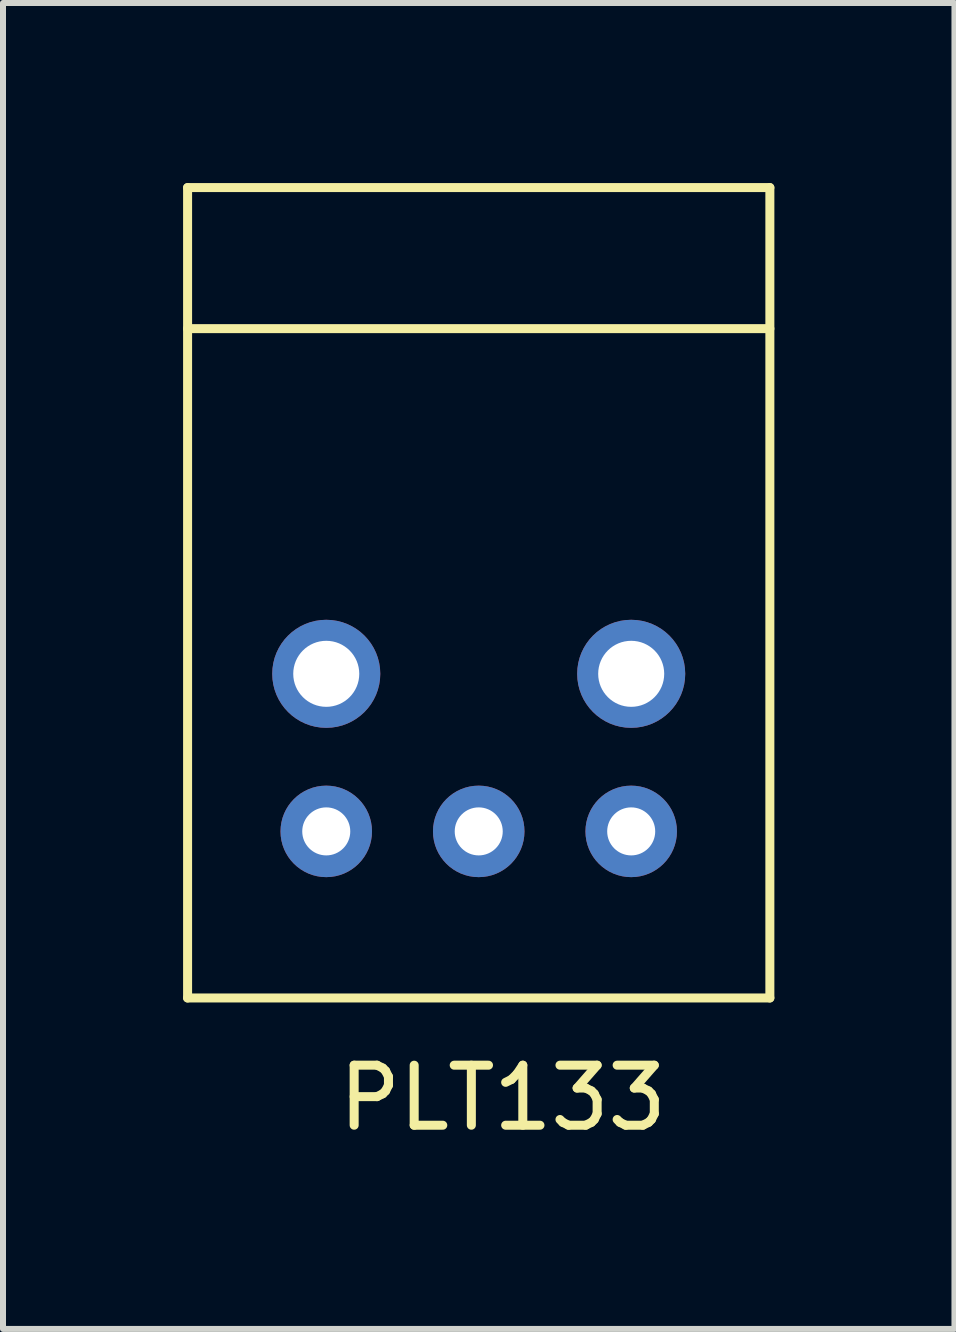
<source format=kicad_pcb>
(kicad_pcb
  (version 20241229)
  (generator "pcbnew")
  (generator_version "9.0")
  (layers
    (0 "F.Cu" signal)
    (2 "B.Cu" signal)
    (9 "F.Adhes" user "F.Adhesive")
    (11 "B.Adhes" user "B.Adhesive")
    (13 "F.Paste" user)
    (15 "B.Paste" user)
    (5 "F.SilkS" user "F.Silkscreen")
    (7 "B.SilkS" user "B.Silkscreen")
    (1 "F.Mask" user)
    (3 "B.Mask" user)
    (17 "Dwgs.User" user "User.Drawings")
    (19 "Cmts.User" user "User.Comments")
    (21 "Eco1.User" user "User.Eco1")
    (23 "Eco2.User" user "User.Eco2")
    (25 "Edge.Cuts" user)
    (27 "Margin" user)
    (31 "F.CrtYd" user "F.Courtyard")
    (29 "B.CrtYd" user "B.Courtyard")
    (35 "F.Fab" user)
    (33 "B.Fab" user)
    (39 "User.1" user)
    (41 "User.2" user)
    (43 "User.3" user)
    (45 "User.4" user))
  (footprint "PLT133"
    (layer "F.Cu")
    (at 4.925 10.8)
    (property "Reference" "PLT133" (at 0.401 4.44 0) (layer "F.SilkS") (effects (font (size 1 1) (thickness 0.15))))
    (attr through_hole)
    (fp_line (start -4.85 -10.725) (end 4.85 -10.725) (stroke (width 0.15) (type solid)) (layer "F.SilkS"))
    (fp_line (start -4.85 -8.375) (end 4.85 -8.375) (stroke (width 0.15) (type solid)) (layer "F.SilkS"))
    (fp_line (start -4.85 2.775) (end -4.85 -10.725) (stroke (width 0.15) (type solid)) (layer "F.SilkS"))
    (fp_line (start 4.85 -10.725) (end 4.85 2.775) (stroke (width 0.15) (type solid)) (layer "F.SilkS"))
    (fp_line (start 4.85 2.775) (end -4.85 2.775) (stroke (width 0.15) (type solid)) (layer "F.SilkS"))
    (pad "1" thru_hole circle (at 2.54 0) (size 1.524 1.524) (drill 0.8) (layers "*.Cu" "*.Mask"))
    (pad "2" thru_hole circle (at 0 0) (size 1.524 1.524) (drill 0.8) (layers "*.Cu" "*.Mask"))
    (pad "3" thru_hole circle (at -2.54 0) (size 1.524 1.524) (drill 0.8) (layers "*.Cu" "*.Mask"))
    (pad "4" thru_hole circle (at 2.54 -2.625) (size 1.8 1.8) (drill 1.1) (layers "*.Cu" "*.Mask"))
    (pad "5" thru_hole circle (at -2.54 -2.625) (size 1.8 1.8) (drill 1.1) (layers "*.Cu" "*.Mask")))
  (gr_rect
    (start -3 -3)
    (end 12.85 19.088)
    (stroke (width 0.1) (type default))
    (fill no)
    (layer "Edge.Cuts")))
</source>
